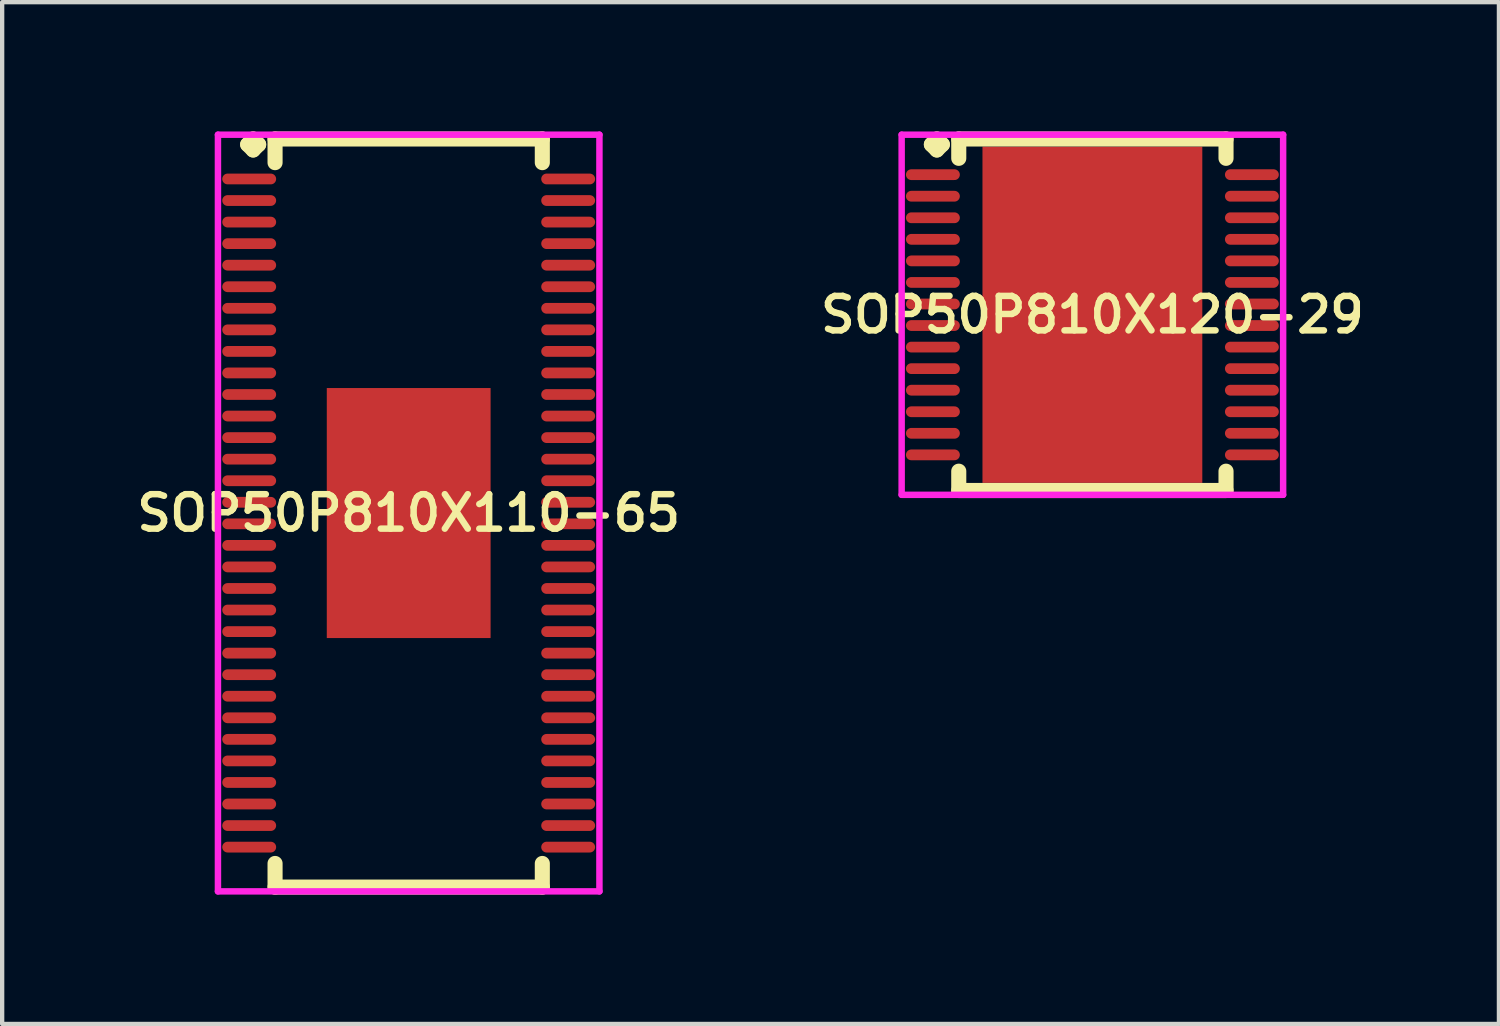
<source format=kicad_pcb>
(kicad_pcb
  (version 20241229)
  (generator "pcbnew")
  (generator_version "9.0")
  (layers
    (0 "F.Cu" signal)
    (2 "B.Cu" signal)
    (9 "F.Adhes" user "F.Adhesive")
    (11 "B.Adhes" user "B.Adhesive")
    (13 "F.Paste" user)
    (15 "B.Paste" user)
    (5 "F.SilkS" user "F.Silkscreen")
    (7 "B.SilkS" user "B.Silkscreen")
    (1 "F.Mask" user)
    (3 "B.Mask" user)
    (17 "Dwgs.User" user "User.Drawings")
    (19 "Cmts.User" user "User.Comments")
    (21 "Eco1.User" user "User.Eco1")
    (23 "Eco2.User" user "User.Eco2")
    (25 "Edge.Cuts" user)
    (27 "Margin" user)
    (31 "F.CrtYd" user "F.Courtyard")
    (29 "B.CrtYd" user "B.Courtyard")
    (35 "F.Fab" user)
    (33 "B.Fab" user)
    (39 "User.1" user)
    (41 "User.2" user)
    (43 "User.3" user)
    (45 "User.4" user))
  (footprint "SOP50P810X110-65"
    (layer "F.Cu")
    (at 6.431 8.852)
    (property "Reference" "SOP50P810X110-65" (at 0 0 0) (layer "F.SilkS") (effects (font (size 0.8 0.8) (thickness 0.15))))
    (attr through_hole)
    (fp_line (start -3.735 -8.55) (end -3.608 -8.677) (stroke (width 0.35) (type solid)) (layer "F.SilkS"))
    (fp_line (start -3.608 -8.677) (end -3.481 -8.55) (stroke (width 0.35) (type solid)) (layer "F.SilkS"))
    (fp_line (start -3.608 -8.423) (end -3.735 -8.55) (stroke (width 0.35) (type solid)) (layer "F.SilkS"))
    (fp_line (start -3.481 -8.55) (end -3.608 -8.423) (stroke (width 0.35) (type solid)) (layer "F.SilkS"))
    (fp_line (start -3.1 -8.677) (end 3.1 -8.677) (stroke (width 0.35) (type solid)) (layer "F.SilkS"))
    (fp_line (start -3.1 -8.129) (end -3.1 -8.677) (stroke (width 0.35) (type solid)) (layer "F.SilkS"))
    (fp_line (start -3.1 8.129) (end -3.1 8.677) (stroke (width 0.35) (type solid)) (layer "F.SilkS"))
    (fp_line (start -3.1 8.677) (end 3.1 8.677) (stroke (width 0.35) (type solid)) (layer "F.SilkS"))
    (fp_line (start 3.1 -8.677) (end 3.1 -8.129) (stroke (width 0.35) (type solid)) (layer "F.SilkS"))
    (fp_line (start 3.1 8.677) (end 3.1 8.129) (stroke (width 0.35) (type solid)) (layer "F.SilkS"))
    (fp_line (start -4.425 -8.777) (end 4.425 -8.777) (stroke (width 0.15) (type solid)) (layer "F.CrtYd"))
    (fp_line (start -4.425 8.777) (end -4.425 -8.777) (stroke (width 0.15) (type solid)) (layer "F.CrtYd"))
    (fp_line (start 4.425 -8.777) (end 4.425 8.777) (stroke (width 0.15) (type solid)) (layer "F.CrtYd"))
    (fp_line (start 4.425 8.777) (end -4.425 8.777) (stroke (width 0.15) (type solid)) (layer "F.CrtYd"))
    (pad "1" smd oval (at -3.7 -7.75) (size 1.25 0.25) (layers "F.Cu" "F.Mask" "F.Paste"))
    (pad "2" smd oval (at -3.7 -7.25) (size 1.25 0.25) (layers "F.Cu" "F.Mask" "F.Paste"))
    (pad "3" smd oval (at -3.7 -6.75) (size 1.25 0.25) (layers "F.Cu" "F.Mask" "F.Paste"))
    (pad "4" smd oval (at -3.7 -6.25) (size 1.25 0.25) (layers "F.Cu" "F.Mask" "F.Paste"))
    (pad "5" smd oval (at -3.7 -5.75) (size 1.25 0.25) (layers "F.Cu" "F.Mask" "F.Paste"))
    (pad "6" smd oval (at -3.7 -5.25) (size 1.25 0.25) (layers "F.Cu" "F.Mask" "F.Paste"))
    (pad "7" smd oval (at -3.7 -4.75) (size 1.25 0.25) (layers "F.Cu" "F.Mask" "F.Paste"))
    (pad "8" smd oval (at -3.7 -4.25) (size 1.25 0.25) (layers "F.Cu" "F.Mask" "F.Paste"))
    (pad "9" smd oval (at -3.7 -3.75) (size 1.25 0.25) (layers "F.Cu" "F.Mask" "F.Paste"))
    (pad "10" smd oval (at -3.7 -3.25) (size 1.25 0.25) (layers "F.Cu" "F.Mask" "F.Paste"))
    (pad "11" smd oval (at -3.7 -2.75) (size 1.25 0.25) (layers "F.Cu" "F.Mask" "F.Paste"))
    (pad "12" smd oval (at -3.7 -2.25) (size 1.25 0.25) (layers "F.Cu" "F.Mask" "F.Paste"))
    (pad "13" smd oval (at -3.7 -1.75) (size 1.25 0.25) (layers "F.Cu" "F.Mask" "F.Paste"))
    (pad "14" smd oval (at -3.7 -1.25) (size 1.25 0.25) (layers "F.Cu" "F.Mask" "F.Paste"))
    (pad "15" smd oval (at -3.7 -0.75) (size 1.25 0.25) (layers "F.Cu" "F.Mask" "F.Paste"))
    (pad "16" smd oval (at -3.7 -0.25) (size 1.25 0.25) (layers "F.Cu" "F.Mask" "F.Paste"))
    (pad "17" smd oval (at -3.7 0.25) (size 1.25 0.25) (layers "F.Cu" "F.Mask" "F.Paste"))
    (pad "18" smd oval (at -3.7 0.75) (size 1.25 0.25) (layers "F.Cu" "F.Mask" "F.Paste"))
    (pad "19" smd oval (at -3.7 1.25) (size 1.25 0.25) (layers "F.Cu" "F.Mask" "F.Paste"))
    (pad "20" smd oval (at -3.7 1.75) (size 1.25 0.25) (layers "F.Cu" "F.Mask" "F.Paste"))
    (pad "21" smd oval (at -3.7 2.25) (size 1.25 0.25) (layers "F.Cu" "F.Mask" "F.Paste"))
    (pad "22" smd oval (at -3.7 2.75) (size 1.25 0.25) (layers "F.Cu" "F.Mask" "F.Paste"))
    (pad "23" smd oval (at -3.7 3.25) (size 1.25 0.25) (layers "F.Cu" "F.Mask" "F.Paste"))
    (pad "24" smd oval (at -3.7 3.75) (size 1.25 0.25) (layers "F.Cu" "F.Mask" "F.Paste"))
    (pad "25" smd oval (at -3.7 4.25) (size 1.25 0.25) (layers "F.Cu" "F.Mask" "F.Paste"))
    (pad "26" smd oval (at -3.7 4.75) (size 1.25 0.25) (layers "F.Cu" "F.Mask" "F.Paste"))
    (pad "27" smd oval (at -3.7 5.25) (size 1.25 0.25) (layers "F.Cu" "F.Mask" "F.Paste"))
    (pad "28" smd oval (at -3.7 5.75) (size 1.25 0.25) (layers "F.Cu" "F.Mask" "F.Paste"))
    (pad "29" smd oval (at -3.7 6.25) (size 1.25 0.25) (layers "F.Cu" "F.Mask" "F.Paste"))
    (pad "30" smd oval (at -3.7 6.75) (size 1.25 0.25) (layers "F.Cu" "F.Mask" "F.Paste"))
    (pad "31" smd oval (at -3.7 7.25) (size 1.25 0.25) (layers "F.Cu" "F.Mask" "F.Paste"))
    (pad "32" smd oval (at -3.7 7.75) (size 1.25 0.25) (layers "F.Cu" "F.Mask" "F.Paste"))
    (pad "33" smd oval (at 3.7 7.75) (size 1.25 0.25) (layers "F.Cu" "F.Mask" "F.Paste"))
    (pad "34" smd oval (at 3.7 7.25) (size 1.25 0.25) (layers "F.Cu" "F.Mask" "F.Paste"))
    (pad "35" smd oval (at 3.7 6.75) (size 1.25 0.25) (layers "F.Cu" "F.Mask" "F.Paste"))
    (pad "36" smd oval (at 3.7 6.25) (size 1.25 0.25) (layers "F.Cu" "F.Mask" "F.Paste"))
    (pad "37" smd oval (at 3.7 5.75) (size 1.25 0.25) (layers "F.Cu" "F.Mask" "F.Paste"))
    (pad "38" smd oval (at 3.7 5.25) (size 1.25 0.25) (layers "F.Cu" "F.Mask" "F.Paste"))
    (pad "39" smd oval (at 3.7 4.75) (size 1.25 0.25) (layers "F.Cu" "F.Mask" "F.Paste"))
    (pad "40" smd oval (at 3.7 4.25) (size 1.25 0.25) (layers "F.Cu" "F.Mask" "F.Paste"))
    (pad "41" smd oval (at 3.7 3.75) (size 1.25 0.25) (layers "F.Cu" "F.Mask" "F.Paste"))
    (pad "42" smd oval (at 3.7 3.25) (size 1.25 0.25) (layers "F.Cu" "F.Mask" "F.Paste"))
    (pad "43" smd oval (at 3.7 2.75) (size 1.25 0.25) (layers "F.Cu" "F.Mask" "F.Paste"))
    (pad "44" smd oval (at 3.7 2.25) (size 1.25 0.25) (layers "F.Cu" "F.Mask" "F.Paste"))
    (pad "45" smd oval (at 3.7 1.75) (size 1.25 0.25) (layers "F.Cu" "F.Mask" "F.Paste"))
    (pad "46" smd oval (at 3.7 1.25) (size 1.25 0.25) (layers "F.Cu" "F.Mask" "F.Paste"))
    (pad "47" smd oval (at 3.7 0.75) (size 1.25 0.25) (layers "F.Cu" "F.Mask" "F.Paste"))
    (pad "48" smd oval (at 3.7 0.25) (size 1.25 0.25) (layers "F.Cu" "F.Mask" "F.Paste"))
    (pad "49" smd oval (at 3.7 -0.25) (size 1.25 0.25) (layers "F.Cu" "F.Mask" "F.Paste"))
    (pad "50" smd oval (at 3.7 -0.75) (size 1.25 0.25) (layers "F.Cu" "F.Mask" "F.Paste"))
    (pad "51" smd oval (at 3.7 -1.25) (size 1.25 0.25) (layers "F.Cu" "F.Mask" "F.Paste"))
    (pad "52" smd oval (at 3.7 -1.75) (size 1.25 0.25) (layers "F.Cu" "F.Mask" "F.Paste"))
    (pad "53" smd oval (at 3.7 -2.25) (size 1.25 0.25) (layers "F.Cu" "F.Mask" "F.Paste"))
    (pad "54" smd oval (at 3.7 -2.75) (size 1.25 0.25) (layers "F.Cu" "F.Mask" "F.Paste"))
    (pad "55" smd oval (at 3.7 -3.25) (size 1.25 0.25) (layers "F.Cu" "F.Mask" "F.Paste"))
    (pad "56" smd oval (at 3.7 -3.75) (size 1.25 0.25) (layers "F.Cu" "F.Mask" "F.Paste"))
    (pad "57" smd oval (at 3.7 -4.25) (size 1.25 0.25) (layers "F.Cu" "F.Mask" "F.Paste"))
    (pad "58" smd oval (at 3.7 -4.75) (size 1.25 0.25) (layers "F.Cu" "F.Mask" "F.Paste"))
    (pad "59" smd oval (at 3.7 -5.25) (size 1.25 0.25) (layers "F.Cu" "F.Mask" "F.Paste"))
    (pad "60" smd oval (at 3.7 -5.75) (size 1.25 0.25) (layers "F.Cu" "F.Mask" "F.Paste"))
    (pad "61" smd oval (at 3.7 -6.25) (size 1.25 0.25) (layers "F.Cu" "F.Mask" "F.Paste"))
    (pad "62" smd oval (at 3.7 -6.75) (size 1.25 0.25) (layers "F.Cu" "F.Mask" "F.Paste"))
    (pad "63" smd oval (at 3.7 -7.25) (size 1.25 0.25) (layers "F.Cu" "F.Mask" "F.Paste"))
    (pad "64" smd oval (at 3.7 -7.75) (size 1.25 0.25) (layers "F.Cu" "F.Mask" "F.Paste"))
    (pad "65" smd rect (at 0 0) (size 3.8 5.8) (layers "F.Cu" "F.Mask" "F.Paste")))
  (footprint "SOP50P810X120-29"
    (layer "F.Cu")
    (at 22.292 4.252)
    (property "Reference" "SOP50P810X120-29" (at 0 0 0) (layer "F.SilkS") (effects (font (size 0.8 0.8) (thickness 0.15))))
    (attr smd)
    (fp_line (start -3.735 -3.95) (end -3.608 -4.077) (stroke (width 0.35) (type solid)) (layer "F.SilkS"))
    (fp_line (start -3.608 -4.077) (end -3.481 -3.95) (stroke (width 0.35) (type solid)) (layer "F.SilkS"))
    (fp_line (start -3.608 -3.823) (end -3.735 -3.95) (stroke (width 0.35) (type solid)) (layer "F.SilkS"))
    (fp_line (start -3.481 -3.95) (end -3.608 -3.823) (stroke (width 0.35) (type solid)) (layer "F.SilkS"))
    (fp_line (start -3.1 -4.077) (end 3.1 -4.077) (stroke (width 0.35) (type solid)) (layer "F.SilkS"))
    (fp_line (start -3.1 -3.629) (end -3.1 -4.077) (stroke (width 0.35) (type solid)) (layer "F.SilkS"))
    (fp_line (start -3.1 3.629) (end -3.1 4.077) (stroke (width 0.35) (type solid)) (layer "F.SilkS"))
    (fp_line (start -3.1 4.077) (end 3.1 4.077) (stroke (width 0.35) (type solid)) (layer "F.SilkS"))
    (fp_line (start 3.1 -4.077) (end 3.1 -3.629) (stroke (width 0.35) (type solid)) (layer "F.SilkS"))
    (fp_line (start 3.1 4.077) (end 3.1 3.629) (stroke (width 0.35) (type solid)) (layer "F.SilkS"))
    (fp_line (start -4.425 -4.177) (end 4.425 -4.177) (stroke (width 0.15) (type solid)) (layer "F.CrtYd"))
    (fp_line (start -4.425 4.177) (end -4.425 -4.177) (stroke (width 0.15) (type solid)) (layer "F.CrtYd"))
    (fp_line (start 4.425 -4.177) (end 4.425 4.177) (stroke (width 0.15) (type solid)) (layer "F.CrtYd"))
    (fp_line (start 4.425 4.177) (end -4.425 4.177) (stroke (width 0.15) (type solid)) (layer "F.CrtYd"))
    (pad "1" smd oval (at -3.7 -3.25) (size 1.25 0.25) (layers "F.Cu" "F.Mask" "F.Paste"))
    (pad "2" smd oval (at -3.7 -2.75) (size 1.25 0.25) (layers "F.Cu" "F.Mask" "F.Paste"))
    (pad "3" smd oval (at -3.7 -2.25) (size 1.25 0.25) (layers "F.Cu" "F.Mask" "F.Paste"))
    (pad "4" smd oval (at -3.7 -1.75) (size 1.25 0.25) (layers "F.Cu" "F.Mask" "F.Paste"))
    (pad "5" smd oval (at -3.7 -1.25) (size 1.25 0.25) (layers "F.Cu" "F.Mask" "F.Paste"))
    (pad "6" smd oval (at -3.7 -0.75) (size 1.25 0.25) (layers "F.Cu" "F.Mask" "F.Paste"))
    (pad "7" smd oval (at -3.7 -0.25) (size 1.25 0.25) (layers "F.Cu" "F.Mask" "F.Paste"))
    (pad "8" smd oval (at -3.7 0.25) (size 1.25 0.25) (layers "F.Cu" "F.Mask" "F.Paste"))
    (pad "9" smd oval (at -3.7 0.75) (size 1.25 0.25) (layers "F.Cu" "F.Mask" "F.Paste"))
    (pad "10" smd oval (at -3.7 1.25) (size 1.25 0.25) (layers "F.Cu" "F.Mask" "F.Paste"))
    (pad "11" smd oval (at -3.7 1.75) (size 1.25 0.25) (layers "F.Cu" "F.Mask" "F.Paste"))
    (pad "12" smd oval (at -3.7 2.25) (size 1.25 0.25) (layers "F.Cu" "F.Mask" "F.Paste"))
    (pad "13" smd oval (at -3.7 2.75) (size 1.25 0.25) (layers "F.Cu" "F.Mask" "F.Paste"))
    (pad "14" smd oval (at -3.7 3.25) (size 1.25 0.25) (layers "F.Cu" "F.Mask" "F.Paste"))
    (pad "15" smd oval (at 3.7 3.25) (size 1.25 0.25) (layers "F.Cu" "F.Mask" "F.Paste"))
    (pad "16" smd oval (at 3.7 2.75) (size 1.25 0.25) (layers "F.Cu" "F.Mask" "F.Paste"))
    (pad "17" smd oval (at 3.7 2.25) (size 1.25 0.25) (layers "F.Cu" "F.Mask" "F.Paste"))
    (pad "18" smd oval (at 3.7 1.75) (size 1.25 0.25) (layers "F.Cu" "F.Mask" "F.Paste"))
    (pad "19" smd oval (at 3.7 1.25) (size 1.25 0.25) (layers "F.Cu" "F.Mask" "F.Paste"))
    (pad "20" smd oval (at 3.7 0.75) (size 1.25 0.25) (layers "F.Cu" "F.Mask" "F.Paste"))
    (pad "21" smd oval (at 3.7 0.25) (size 1.25 0.25) (layers "F.Cu" "F.Mask" "F.Paste"))
    (pad "22" smd oval (at 3.7 -0.25) (size 1.25 0.25) (layers "F.Cu" "F.Mask" "F.Paste"))
    (pad "23" smd oval (at 3.7 -0.75) (size 1.25 0.25) (layers "F.Cu" "F.Mask" "F.Paste"))
    (pad "24" smd oval (at 3.7 -1.25) (size 1.25 0.25) (layers "F.Cu" "F.Mask" "F.Paste"))
    (pad "25" smd oval (at 3.7 -1.75) (size 1.25 0.25) (layers "F.Cu" "F.Mask" "F.Paste"))
    (pad "26" smd oval (at 3.7 -2.25) (size 1.25 0.25) (layers "F.Cu" "F.Mask" "F.Paste"))
    (pad "27" smd oval (at 3.7 -2.75) (size 1.25 0.25) (layers "F.Cu" "F.Mask" "F.Paste"))
    (pad "28" smd oval (at 3.7 -3.25) (size 1.25 0.25) (layers "F.Cu" "F.Mask" "F.Paste"))
    (pad "29" smd rect (at 0 0) (size 5.1 7.8) (layers "F.Cu" "F.Mask" "F.Paste")))
  (gr_rect
    (start -3 -3)
    (end 31.723 20.704)
    (stroke (width 0.1) (type default))
    (fill no)
    (layer "Edge.Cuts")))
</source>
